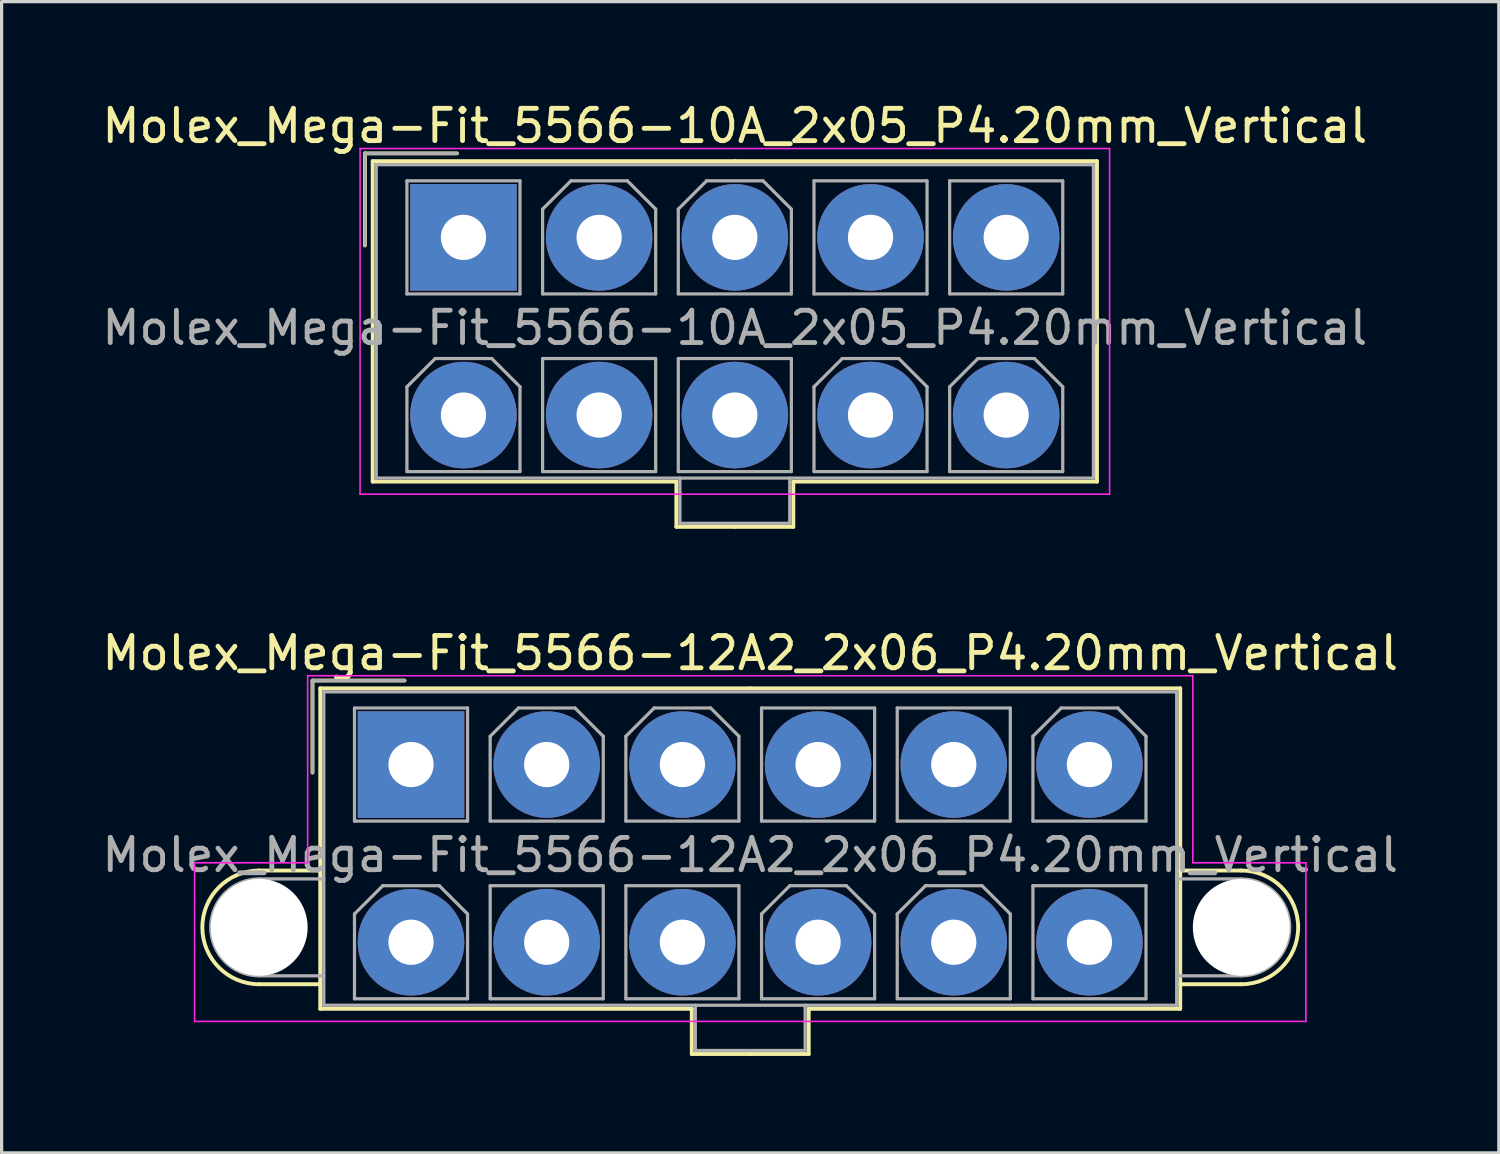
<source format=kicad_pcb>
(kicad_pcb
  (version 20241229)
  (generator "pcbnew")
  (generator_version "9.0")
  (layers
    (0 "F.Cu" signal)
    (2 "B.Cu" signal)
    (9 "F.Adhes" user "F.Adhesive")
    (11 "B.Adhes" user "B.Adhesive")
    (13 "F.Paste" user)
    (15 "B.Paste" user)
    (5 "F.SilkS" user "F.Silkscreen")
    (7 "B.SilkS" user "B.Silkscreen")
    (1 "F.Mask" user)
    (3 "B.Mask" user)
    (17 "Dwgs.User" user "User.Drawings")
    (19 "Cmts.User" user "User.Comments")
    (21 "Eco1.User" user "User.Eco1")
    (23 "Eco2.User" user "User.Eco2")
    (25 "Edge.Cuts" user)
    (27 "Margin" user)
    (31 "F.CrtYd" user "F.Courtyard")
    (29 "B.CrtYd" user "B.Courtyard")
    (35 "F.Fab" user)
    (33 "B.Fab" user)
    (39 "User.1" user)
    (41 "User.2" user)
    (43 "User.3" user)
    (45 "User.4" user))
  (footprint "Molex_Mega-Fit_5566-10A_2x05_P4.20mm_Vertical"
    (layer "F.Cu")
    (at 11.296 4.298)
    (property "Reference" "Molex_Mega-Fit_5566-10A_2x05_P4.20mm_Vertical" (at 8.4 -3.45 0) (layer "F.SilkS") (effects (font (size 1 1) (thickness 0.15))))
    (attr through_hole)
    (fp_line (start -3.05 -2.6) (end -3.05 0.25) (stroke (width 0.12) (type solid)) (layer "F.SilkS"))
    (fp_line (start -2.81 -2.36) (end -2.81 7.56) (stroke (width 0.12) (type solid)) (layer "F.SilkS"))
    (fp_line (start -2.81 7.56) (end 6.59 7.56) (stroke (width 0.12) (type solid)) (layer "F.SilkS"))
    (fp_line (start -0.2 -2.6) (end -3.05 -2.6) (stroke (width 0.12) (type solid)) (layer "F.SilkS"))
    (fp_line (start 6.59 7.56) (end 6.59 8.96) (stroke (width 0.12) (type solid)) (layer "F.SilkS"))
    (fp_line (start 6.59 8.96) (end 8.4 8.96) (stroke (width 0.12) (type solid)) (layer "F.SilkS"))
    (fp_line (start 8.4 -2.36) (end -2.81 -2.36) (stroke (width 0.12) (type solid)) (layer "F.SilkS"))
    (fp_line (start 8.4 -2.36) (end 19.61 -2.36) (stroke (width 0.12) (type solid)) (layer "F.SilkS"))
    (fp_line (start 10.21 7.56) (end 10.21 8.96) (stroke (width 0.12) (type solid)) (layer "F.SilkS"))
    (fp_line (start 10.21 8.96) (end 8.4 8.96) (stroke (width 0.12) (type solid)) (layer "F.SilkS"))
    (fp_line (start 19.61 -2.36) (end 19.61 7.56) (stroke (width 0.12) (type solid)) (layer "F.SilkS"))
    (fp_line (start 19.61 7.56) (end 10.21 7.56) (stroke (width 0.12) (type solid)) (layer "F.SilkS"))
    (fp_line (start -3.2 -2.75) (end -3.2 7.95) (stroke (width 0.05) (type solid)) (layer "F.CrtYd"))
    (fp_line (start -3.2 7.95) (end 20 7.95) (stroke (width 0.05) (type solid)) (layer "F.CrtYd"))
    (fp_line (start 20 -2.75) (end -3.2 -2.75) (stroke (width 0.05) (type solid)) (layer "F.CrtYd"))
    (fp_line (start 20 7.95) (end 20 -2.75) (stroke (width 0.05) (type solid)) (layer "F.CrtYd"))
    (fp_line (start -3.05 -2.6) (end -3.05 0.25) (stroke (width 0.1) (type solid)) (layer "F.Fab"))
    (fp_line (start -2.7 -2.25) (end -2.7 7.45) (stroke (width 0.1) (type solid)) (layer "F.Fab"))
    (fp_line (start -2.7 7.45) (end 19.5 7.45) (stroke (width 0.1) (type solid)) (layer "F.Fab"))
    (fp_line (start -1.75 -1.75) (end -1.75 1.75) (stroke (width 0.1) (type solid)) (layer "F.Fab"))
    (fp_line (start -1.75 1.75) (end 1.75 1.75) (stroke (width 0.1) (type solid)) (layer "F.Fab"))
    (fp_line (start -1.75 4.625) (end -0.875 3.75) (stroke (width 0.1) (type solid)) (layer "F.Fab"))
    (fp_line (start -1.75 7.25) (end -1.75 4.625) (stroke (width 0.1) (type solid)) (layer "F.Fab"))
    (fp_line (start -0.875 3.75) (end 0.875 3.75) (stroke (width 0.1) (type solid)) (layer "F.Fab"))
    (fp_line (start -0.2 -2.6) (end -3.05 -2.6) (stroke (width 0.1) (type solid)) (layer "F.Fab"))
    (fp_line (start 0.875 3.75) (end 1.75 4.625) (stroke (width 0.1) (type solid)) (layer "F.Fab"))
    (fp_line (start 1.75 -1.75) (end -1.75 -1.75) (stroke (width 0.1) (type solid)) (layer "F.Fab"))
    (fp_line (start 1.75 1.75) (end 1.75 -1.75) (stroke (width 0.1) (type solid)) (layer "F.Fab"))
    (fp_line (start 1.75 4.625) (end 1.75 7.25) (stroke (width 0.1) (type solid)) (layer "F.Fab"))
    (fp_line (start 1.75 7.25) (end -1.75 7.25) (stroke (width 0.1) (type solid)) (layer "F.Fab"))
    (fp_line (start 2.45 -0.875) (end 3.325 -1.75) (stroke (width 0.1) (type solid)) (layer "F.Fab"))
    (fp_line (start 2.45 1.75) (end 2.45 -0.875) (stroke (width 0.1) (type solid)) (layer "F.Fab"))
    (fp_line (start 2.45 3.75) (end 2.45 7.25) (stroke (width 0.1) (type solid)) (layer "F.Fab"))
    (fp_line (start 2.45 7.25) (end 5.95 7.25) (stroke (width 0.1) (type solid)) (layer "F.Fab"))
    (fp_line (start 3.325 -1.75) (end 5.075 -1.75) (stroke (width 0.1) (type solid)) (layer "F.Fab"))
    (fp_line (start 5.075 -1.75) (end 5.95 -0.875) (stroke (width 0.1) (type solid)) (layer "F.Fab"))
    (fp_line (start 5.95 -0.875) (end 5.95 1.75) (stroke (width 0.1) (type solid)) (layer "F.Fab"))
    (fp_line (start 5.95 1.75) (end 2.45 1.75) (stroke (width 0.1) (type solid)) (layer "F.Fab"))
    (fp_line (start 5.95 3.75) (end 2.45 3.75) (stroke (width 0.1) (type solid)) (layer "F.Fab"))
    (fp_line (start 5.95 7.25) (end 5.95 3.75) (stroke (width 0.1) (type solid)) (layer "F.Fab"))
    (fp_line (start 6.65 -0.875) (end 7.525 -1.75) (stroke (width 0.1) (type solid)) (layer "F.Fab"))
    (fp_line (start 6.65 1.75) (end 6.65 -0.875) (stroke (width 0.1) (type solid)) (layer "F.Fab"))
    (fp_line (start 6.65 3.75) (end 6.65 7.25) (stroke (width 0.1) (type solid)) (layer "F.Fab"))
    (fp_line (start 6.65 7.25) (end 10.15 7.25) (stroke (width 0.1) (type solid)) (layer "F.Fab"))
    (fp_line (start 6.7 7.45) (end 6.7 8.85) (stroke (width 0.1) (type solid)) (layer "F.Fab"))
    (fp_line (start 6.7 8.85) (end 10.1 8.85) (stroke (width 0.1) (type solid)) (layer "F.Fab"))
    (fp_line (start 7.525 -1.75) (end 9.275 -1.75) (stroke (width 0.1) (type solid)) (layer "F.Fab"))
    (fp_line (start 9.275 -1.75) (end 10.15 -0.875) (stroke (width 0.1) (type solid)) (layer "F.Fab"))
    (fp_line (start 10.1 8.85) (end 10.1 7.45) (stroke (width 0.1) (type solid)) (layer "F.Fab"))
    (fp_line (start 10.15 -0.875) (end 10.15 1.75) (stroke (width 0.1) (type solid)) (layer "F.Fab"))
    (fp_line (start 10.15 1.75) (end 6.65 1.75) (stroke (width 0.1) (type solid)) (layer "F.Fab"))
    (fp_line (start 10.15 3.75) (end 6.65 3.75) (stroke (width 0.1) (type solid)) (layer "F.Fab"))
    (fp_line (start 10.15 7.25) (end 10.15 3.75) (stroke (width 0.1) (type solid)) (layer "F.Fab"))
    (fp_line (start 10.85 -1.75) (end 10.85 1.75) (stroke (width 0.1) (type solid)) (layer "F.Fab"))
    (fp_line (start 10.85 1.75) (end 14.35 1.75) (stroke (width 0.1) (type solid)) (layer "F.Fab"))
    (fp_line (start 10.85 4.625) (end 11.725 3.75) (stroke (width 0.1) (type solid)) (layer "F.Fab"))
    (fp_line (start 10.85 7.25) (end 10.85 4.625) (stroke (width 0.1) (type solid)) (layer "F.Fab"))
    (fp_line (start 11.725 3.75) (end 13.475 3.75) (stroke (width 0.1) (type solid)) (layer "F.Fab"))
    (fp_line (start 13.475 3.75) (end 14.35 4.625) (stroke (width 0.1) (type solid)) (layer "F.Fab"))
    (fp_line (start 14.35 -1.75) (end 10.85 -1.75) (stroke (width 0.1) (type solid)) (layer "F.Fab"))
    (fp_line (start 14.35 1.75) (end 14.35 -1.75) (stroke (width 0.1) (type solid)) (layer "F.Fab"))
    (fp_line (start 14.35 4.625) (end 14.35 7.25) (stroke (width 0.1) (type solid)) (layer "F.Fab"))
    (fp_line (start 14.35 7.25) (end 10.85 7.25) (stroke (width 0.1) (type solid)) (layer "F.Fab"))
    (fp_line (start 15.05 -1.75) (end 15.05 1.75) (stroke (width 0.1) (type solid)) (layer "F.Fab"))
    (fp_line (start 15.05 1.75) (end 18.55 1.75) (stroke (width 0.1) (type solid)) (layer "F.Fab"))
    (fp_line (start 15.05 4.625) (end 15.925 3.75) (stroke (width 0.1) (type solid)) (layer "F.Fab"))
    (fp_line (start 15.05 7.25) (end 15.05 4.625) (stroke (width 0.1) (type solid)) (layer "F.Fab"))
    (fp_line (start 15.925 3.75) (end 17.675 3.75) (stroke (width 0.1) (type solid)) (layer "F.Fab"))
    (fp_line (start 17.675 3.75) (end 18.55 4.625) (stroke (width 0.1) (type solid)) (layer "F.Fab"))
    (fp_line (start 18.55 -1.75) (end 15.05 -1.75) (stroke (width 0.1) (type solid)) (layer "F.Fab"))
    (fp_line (start 18.55 1.75) (end 18.55 -1.75) (stroke (width 0.1) (type solid)) (layer "F.Fab"))
    (fp_line (start 18.55 4.625) (end 18.55 7.25) (stroke (width 0.1) (type solid)) (layer "F.Fab"))
    (fp_line (start 18.55 7.25) (end 15.05 7.25) (stroke (width 0.1) (type solid)) (layer "F.Fab"))
    (fp_line (start 19.5 -2.25) (end -2.7 -2.25) (stroke (width 0.1) (type solid)) (layer "F.Fab"))
    (fp_line (start 19.5 7.45) (end 19.5 -2.25) (stroke (width 0.1) (type solid)) (layer "F.Fab"))
    (fp_text user "${REFERENCE}" (at 8.4 2.8 0) (layer "F.Fab") (effects (font (size 1 1) (thickness 0.15))))
    (pad "1" thru_hole rect (at 0 0) (size 3.3 3.3) (drill 1.4) (layers "*.Cu" "*.Mask"))
    (pad "2" thru_hole circle (at 4.2 0) (size 3.3 3.3) (drill 1.4) (layers "*.Cu" "*.Mask"))
    (pad "3" thru_hole circle (at 8.4 0) (size 3.3 3.3) (drill 1.4) (layers "*.Cu" "*.Mask"))
    (pad "4" thru_hole circle (at 12.6 0) (size 3.3 3.3) (drill 1.4) (layers "*.Cu" "*.Mask"))
    (pad "5" thru_hole circle (at 16.8 0) (size 3.3 3.3) (drill 1.4) (layers "*.Cu" "*.Mask"))
    (pad "6" thru_hole circle (at 0 5.5) (size 3.3 3.3) (drill 1.4) (layers "*.Cu" "*.Mask"))
    (pad "7" thru_hole circle (at 4.2 5.5) (size 3.3 3.3) (drill 1.4) (layers "*.Cu" "*.Mask"))
    (pad "8" thru_hole circle (at 8.4 5.5) (size 3.3 3.3) (drill 1.4) (layers "*.Cu" "*.Mask"))
    (pad "9" thru_hole circle (at 12.6 5.5) (size 3.3 3.3) (drill 1.4) (layers "*.Cu" "*.Mask"))
    (pad "10" thru_hole circle (at 16.8 5.5) (size 3.3 3.3) (drill 1.4) (layers "*.Cu" "*.Mask")))
  (footprint "Molex_Mega-Fit_5566-12A2_2x06_P4.20mm_Vertical"
    (layer "F.Cu")
    (at 9.673 20.616)
    (property "Reference" "Molex_Mega-Fit_5566-12A2_2x06_P4.20mm_Vertical" (at 10.5 -3.45 0) (layer "F.SilkS") (effects (font (size 1 1) (thickness 0.15))))
    (attr through_hole)
    (fp_line (start -4.7 3.28) (end -2.81 3.28) (stroke (width 0.12) (type solid)) (layer "F.SilkS"))
    (fp_line (start -4.7 6.8) (end -2.81 6.8) (stroke (width 0.12) (type solid)) (layer "F.SilkS"))
    (fp_line (start -3.05 -2.6) (end -3.05 0.25) (stroke (width 0.12) (type solid)) (layer "F.SilkS"))
    (fp_line (start -2.81 -2.36) (end -2.81 7.56) (stroke (width 0.12) (type solid)) (layer "F.SilkS"))
    (fp_line (start -2.81 7.56) (end 8.69 7.56) (stroke (width 0.12) (type solid)) (layer "F.SilkS"))
    (fp_line (start -0.2 -2.6) (end -3.05 -2.6) (stroke (width 0.12) (type solid)) (layer "F.SilkS"))
    (fp_line (start 8.69 7.56) (end 8.69 8.96) (stroke (width 0.12) (type solid)) (layer "F.SilkS"))
    (fp_line (start 8.69 8.96) (end 10.5 8.96) (stroke (width 0.12) (type solid)) (layer "F.SilkS"))
    (fp_line (start 10.5 -2.36) (end -2.81 -2.36) (stroke (width 0.12) (type solid)) (layer "F.SilkS"))
    (fp_line (start 10.5 -2.36) (end 23.81 -2.36) (stroke (width 0.12) (type solid)) (layer "F.SilkS"))
    (fp_line (start 12.31 7.56) (end 12.31 8.96) (stroke (width 0.12) (type solid)) (layer "F.SilkS"))
    (fp_line (start 12.31 8.96) (end 10.5 8.96) (stroke (width 0.12) (type solid)) (layer "F.SilkS"))
    (fp_line (start 23.81 -2.36) (end 23.81 7.56) (stroke (width 0.12) (type solid)) (layer "F.SilkS"))
    (fp_line (start 23.81 7.56) (end 12.31 7.56) (stroke (width 0.12) (type solid)) (layer "F.SilkS"))
    (fp_line (start 25.7 3.28) (end 23.81 3.28) (stroke (width 0.12) (type solid)) (layer "F.SilkS"))
    (fp_line (start 25.7 6.8) (end 23.81 6.8) (stroke (width 0.12) (type solid)) (layer "F.SilkS"))
    (fp_arc (start -4.7 6.8) (mid -6.46 5.04) (end -4.7 3.28) (stroke (width 0.12) (type solid)) (layer "F.SilkS"))
    (fp_arc (start 25.7 3.28) (mid 27.46 5.04) (end 25.7 6.8) (stroke (width 0.12) (type solid)) (layer "F.SilkS"))
    (fp_line (start -6.7 3.04) (end -6.7 7.95) (stroke (width 0.05) (type solid)) (layer "F.CrtYd"))
    (fp_line (start -6.7 7.95) (end 27.7 7.95) (stroke (width 0.05) (type solid)) (layer "F.CrtYd"))
    (fp_line (start -3.2 -2.75) (end -3.2 3.04) (stroke (width 0.05) (type solid)) (layer "F.CrtYd"))
    (fp_line (start -3.2 3.04) (end -6.7 3.04) (stroke (width 0.05) (type solid)) (layer "F.CrtYd"))
    (fp_line (start 24.2 -2.75) (end -3.2 -2.75) (stroke (width 0.05) (type solid)) (layer "F.CrtYd"))
    (fp_line (start 24.2 3.04) (end 24.2 -2.75) (stroke (width 0.05) (type solid)) (layer "F.CrtYd"))
    (fp_line (start 27.7 3.04) (end 24.2 3.04) (stroke (width 0.05) (type solid)) (layer "F.CrtYd"))
    (fp_line (start 27.7 7.95) (end 27.7 3.04) (stroke (width 0.05) (type solid)) (layer "F.CrtYd"))
    (fp_line (start -4.7 3.54) (end -2.7 3.54) (stroke (width 0.1) (type solid)) (layer "F.Fab"))
    (fp_line (start -4.7 6.54) (end -2.7 6.54) (stroke (width 0.1) (type solid)) (layer "F.Fab"))
    (fp_line (start -3.05 -2.6) (end -3.05 0.25) (stroke (width 0.1) (type solid)) (layer "F.Fab"))
    (fp_line (start -2.7 -2.25) (end -2.7 7.45) (stroke (width 0.1) (type solid)) (layer "F.Fab"))
    (fp_line (start -2.7 7.45) (end 23.7 7.45) (stroke (width 0.1) (type solid)) (layer "F.Fab"))
    (fp_line (start -1.75 -1.75) (end -1.75 1.75) (stroke (width 0.1) (type solid)) (layer "F.Fab"))
    (fp_line (start -1.75 1.75) (end 1.75 1.75) (stroke (width 0.1) (type solid)) (layer "F.Fab"))
    (fp_line (start -1.75 4.625) (end -0.875 3.75) (stroke (width 0.1) (type solid)) (layer "F.Fab"))
    (fp_line (start -1.75 7.25) (end -1.75 4.625) (stroke (width 0.1) (type solid)) (layer "F.Fab"))
    (fp_line (start -0.875 3.75) (end 0.875 3.75) (stroke (width 0.1) (type solid)) (layer "F.Fab"))
    (fp_line (start -0.2 -2.6) (end -3.05 -2.6) (stroke (width 0.1) (type solid)) (layer "F.Fab"))
    (fp_line (start 0.875 3.75) (end 1.75 4.625) (stroke (width 0.1) (type solid)) (layer "F.Fab"))
    (fp_line (start 1.75 -1.75) (end -1.75 -1.75) (stroke (width 0.1) (type solid)) (layer "F.Fab"))
    (fp_line (start 1.75 1.75) (end 1.75 -1.75) (stroke (width 0.1) (type solid)) (layer "F.Fab"))
    (fp_line (start 1.75 4.625) (end 1.75 7.25) (stroke (width 0.1) (type solid)) (layer "F.Fab"))
    (fp_line (start 1.75 7.25) (end -1.75 7.25) (stroke (width 0.1) (type solid)) (layer "F.Fab"))
    (fp_line (start 2.45 -0.875) (end 3.325 -1.75) (stroke (width 0.1) (type solid)) (layer "F.Fab"))
    (fp_line (start 2.45 1.75) (end 2.45 -0.875) (stroke (width 0.1) (type solid)) (layer "F.Fab"))
    (fp_line (start 2.45 3.75) (end 2.45 7.25) (stroke (width 0.1) (type solid)) (layer "F.Fab"))
    (fp_line (start 2.45 7.25) (end 5.95 7.25) (stroke (width 0.1) (type solid)) (layer "F.Fab"))
    (fp_line (start 3.325 -1.75) (end 5.075 -1.75) (stroke (width 0.1) (type solid)) (layer "F.Fab"))
    (fp_line (start 5.075 -1.75) (end 5.95 -0.875) (stroke (width 0.1) (type solid)) (layer "F.Fab"))
    (fp_line (start 5.95 -0.875) (end 5.95 1.75) (stroke (width 0.1) (type solid)) (layer "F.Fab"))
    (fp_line (start 5.95 1.75) (end 2.45 1.75) (stroke (width 0.1) (type solid)) (layer "F.Fab"))
    (fp_line (start 5.95 3.75) (end 2.45 3.75) (stroke (width 0.1) (type solid)) (layer "F.Fab"))
    (fp_line (start 5.95 7.25) (end 5.95 3.75) (stroke (width 0.1) (type solid)) (layer "F.Fab"))
    (fp_line (start 6.65 -0.875) (end 7.525 -1.75) (stroke (width 0.1) (type solid)) (layer "F.Fab"))
    (fp_line (start 6.65 1.75) (end 6.65 -0.875) (stroke (width 0.1) (type solid)) (layer "F.Fab"))
    (fp_line (start 6.65 3.75) (end 6.65 7.25) (stroke (width 0.1) (type solid)) (layer "F.Fab"))
    (fp_line (start 6.65 7.25) (end 10.15 7.25) (stroke (width 0.1) (type solid)) (layer "F.Fab"))
    (fp_line (start 7.525 -1.75) (end 9.275 -1.75) (stroke (width 0.1) (type solid)) (layer "F.Fab"))
    (fp_line (start 8.8 7.45) (end 8.8 8.85) (stroke (width 0.1) (type solid)) (layer "F.Fab"))
    (fp_line (start 8.8 8.85) (end 12.2 8.85) (stroke (width 0.1) (type solid)) (layer "F.Fab"))
    (fp_line (start 9.275 -1.75) (end 10.15 -0.875) (stroke (width 0.1) (type solid)) (layer "F.Fab"))
    (fp_line (start 10.15 -0.875) (end 10.15 1.75) (stroke (width 0.1) (type solid)) (layer "F.Fab"))
    (fp_line (start 10.15 1.75) (end 6.65 1.75) (stroke (width 0.1) (type solid)) (layer "F.Fab"))
    (fp_line (start 10.15 3.75) (end 6.65 3.75) (stroke (width 0.1) (type solid)) (layer "F.Fab"))
    (fp_line (start 10.15 7.25) (end 10.15 3.75) (stroke (width 0.1) (type solid)) (layer "F.Fab"))
    (fp_line (start 10.85 -1.75) (end 10.85 1.75) (stroke (width 0.1) (type solid)) (layer "F.Fab"))
    (fp_line (start 10.85 1.75) (end 14.35 1.75) (stroke (width 0.1) (type solid)) (layer "F.Fab"))
    (fp_line (start 10.85 4.625) (end 11.725 3.75) (stroke (width 0.1) (type solid)) (layer "F.Fab"))
    (fp_line (start 10.85 7.25) (end 10.85 4.625) (stroke (width 0.1) (type solid)) (layer "F.Fab"))
    (fp_line (start 11.725 3.75) (end 13.475 3.75) (stroke (width 0.1) (type solid)) (layer "F.Fab"))
    (fp_line (start 12.2 8.85) (end 12.2 7.45) (stroke (width 0.1) (type solid)) (layer "F.Fab"))
    (fp_line (start 13.475 3.75) (end 14.35 4.625) (stroke (width 0.1) (type solid)) (layer "F.Fab"))
    (fp_line (start 14.35 -1.75) (end 10.85 -1.75) (stroke (width 0.1) (type solid)) (layer "F.Fab"))
    (fp_line (start 14.35 1.75) (end 14.35 -1.75) (stroke (width 0.1) (type solid)) (layer "F.Fab"))
    (fp_line (start 14.35 4.625) (end 14.35 7.25) (stroke (width 0.1) (type solid)) (layer "F.Fab"))
    (fp_line (start 14.35 7.25) (end 10.85 7.25) (stroke (width 0.1) (type solid)) (layer "F.Fab"))
    (fp_line (start 15.05 -1.75) (end 15.05 1.75) (stroke (width 0.1) (type solid)) (layer "F.Fab"))
    (fp_line (start 15.05 1.75) (end 18.55 1.75) (stroke (width 0.1) (type solid)) (layer "F.Fab"))
    (fp_line (start 15.05 4.625) (end 15.925 3.75) (stroke (width 0.1) (type solid)) (layer "F.Fab"))
    (fp_line (start 15.05 7.25) (end 15.05 4.625) (stroke (width 0.1) (type solid)) (layer "F.Fab"))
    (fp_line (start 15.925 3.75) (end 17.675 3.75) (stroke (width 0.1) (type solid)) (layer "F.Fab"))
    (fp_line (start 17.675 3.75) (end 18.55 4.625) (stroke (width 0.1) (type solid)) (layer "F.Fab"))
    (fp_line (start 18.55 -1.75) (end 15.05 -1.75) (stroke (width 0.1) (type solid)) (layer "F.Fab"))
    (fp_line (start 18.55 1.75) (end 18.55 -1.75) (stroke (width 0.1) (type solid)) (layer "F.Fab"))
    (fp_line (start 18.55 4.625) (end 18.55 7.25) (stroke (width 0.1) (type solid)) (layer "F.Fab"))
    (fp_line (start 18.55 7.25) (end 15.05 7.25) (stroke (width 0.1) (type solid)) (layer "F.Fab"))
    (fp_line (start 19.25 -0.875) (end 20.125 -1.75) (stroke (width 0.1) (type solid)) (layer "F.Fab"))
    (fp_line (start 19.25 1.75) (end 19.25 -0.875) (stroke (width 0.1) (type solid)) (layer "F.Fab"))
    (fp_line (start 19.25 3.75) (end 19.25 7.25) (stroke (width 0.1) (type solid)) (layer "F.Fab"))
    (fp_line (start 19.25 7.25) (end 22.75 7.25) (stroke (width 0.1) (type solid)) (layer "F.Fab"))
    (fp_line (start 20.125 -1.75) (end 21.875 -1.75) (stroke (width 0.1) (type solid)) (layer "F.Fab"))
    (fp_line (start 21.875 -1.75) (end 22.75 -0.875) (stroke (width 0.1) (type solid)) (layer "F.Fab"))
    (fp_line (start 22.75 -0.875) (end 22.75 1.75) (stroke (width 0.1) (type solid)) (layer "F.Fab"))
    (fp_line (start 22.75 1.75) (end 19.25 1.75) (stroke (width 0.1) (type solid)) (layer "F.Fab"))
    (fp_line (start 22.75 3.75) (end 19.25 3.75) (stroke (width 0.1) (type solid)) (layer "F.Fab"))
    (fp_line (start 22.75 7.25) (end 22.75 3.75) (stroke (width 0.1) (type solid)) (layer "F.Fab"))
    (fp_line (start 23.7 -2.25) (end -2.7 -2.25) (stroke (width 0.1) (type solid)) (layer "F.Fab"))
    (fp_line (start 23.7 7.45) (end 23.7 -2.25) (stroke (width 0.1) (type solid)) (layer "F.Fab"))
    (fp_line (start 25.7 3.54) (end 23.7 3.54) (stroke (width 0.1) (type solid)) (layer "F.Fab"))
    (fp_line (start 25.7 6.54) (end 23.7 6.54) (stroke (width 0.1) (type solid)) (layer "F.Fab"))
    (fp_arc (start -4.7 6.54) (mid -6.2 5.04) (end -4.7 3.54) (stroke (width 0.1) (type solid)) (layer "F.Fab"))
    (fp_arc (start 25.7 3.54) (mid 27.2 5.04) (end 25.7 6.54) (stroke (width 0.1) (type solid)) (layer "F.Fab"))
    (fp_text user "${REFERENCE}" (at 10.5 2.8 0) (layer "F.Fab") (effects (font (size 1 1) (thickness 0.15))))
    (pad "" np_thru_hole circle (at -4.7 5.04) (size 3 3) (drill 3) (layers "*.Cu" "*.Mask"))
    (pad "" np_thru_hole circle (at 25.7 5.04) (size 3 3) (drill 3) (layers "*.Cu" "*.Mask"))
    (pad "1" thru_hole rect (at 0 0) (size 3.3 3.3) (drill 1.4) (layers "*.Cu" "*.Mask"))
    (pad "2" thru_hole circle (at 4.2 0) (size 3.3 3.3) (drill 1.4) (layers "*.Cu" "*.Mask"))
    (pad "3" thru_hole circle (at 8.4 0) (size 3.3 3.3) (drill 1.4) (layers "*.Cu" "*.Mask"))
    (pad "4" thru_hole circle (at 12.6 0) (size 3.3 3.3) (drill 1.4) (layers "*.Cu" "*.Mask"))
    (pad "5" thru_hole circle (at 16.8 0) (size 3.3 3.3) (drill 1.4) (layers "*.Cu" "*.Mask"))
    (pad "6" thru_hole circle (at 21 0) (size 3.3 3.3) (drill 1.4) (layers "*.Cu" "*.Mask"))
    (pad "7" thru_hole circle (at 0 5.5) (size 3.3 3.3) (drill 1.4) (layers "*.Cu" "*.Mask"))
    (pad "8" thru_hole circle (at 4.2 5.5) (size 3.3 3.3) (drill 1.4) (layers "*.Cu" "*.Mask"))
    (pad "9" thru_hole circle (at 8.4 5.5) (size 3.3 3.3) (drill 1.4) (layers "*.Cu" "*.Mask"))
    (pad "10" thru_hole circle (at 12.6 5.5) (size 3.3 3.3) (drill 1.4) (layers "*.Cu" "*.Mask"))
    (pad "11" thru_hole circle (at 16.8 5.5) (size 3.3 3.3) (drill 1.4) (layers "*.Cu" "*.Mask"))
    (pad "12" thru_hole circle (at 21 5.5) (size 3.3 3.3) (drill 1.4) (layers "*.Cu" "*.Mask")))
  (gr_rect
    (start -3 -3)
    (end 43.345 32.636)
    (stroke (width 0.1) (type default))
    (fill no)
    (layer "Edge.Cuts")))
</source>
